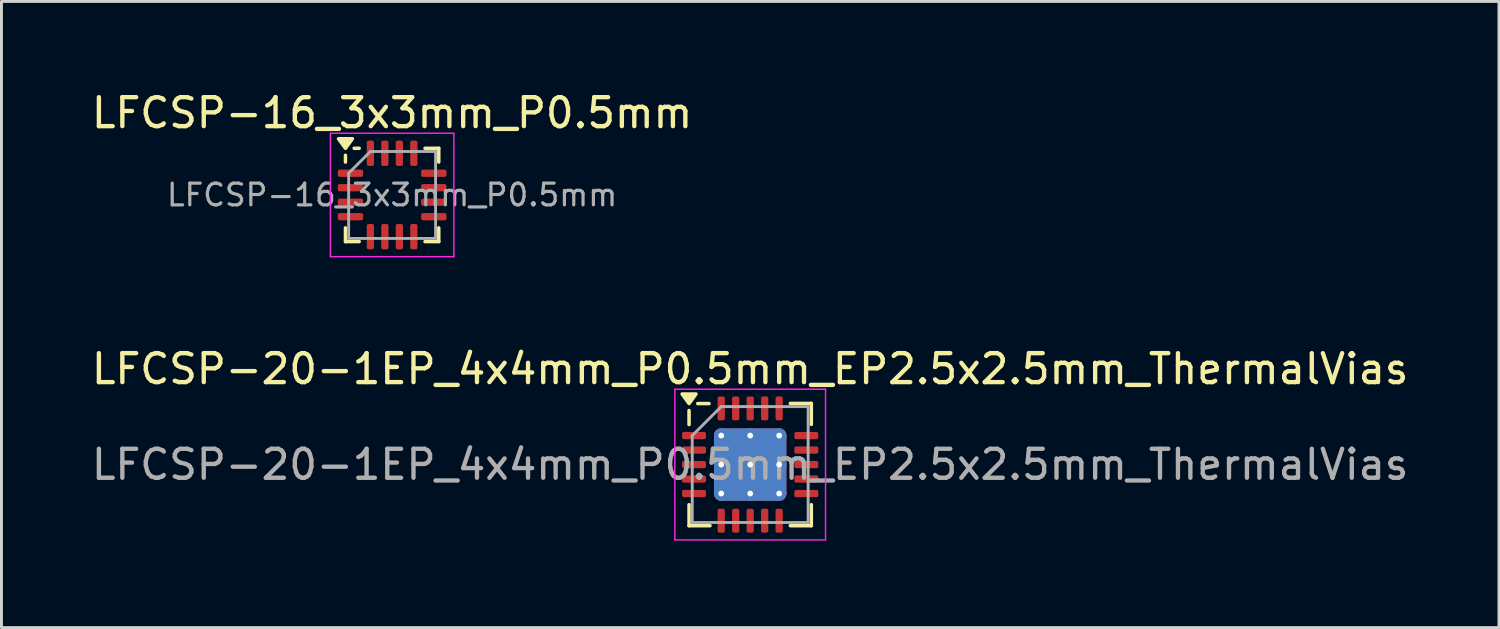
<source format=kicad_pcb>
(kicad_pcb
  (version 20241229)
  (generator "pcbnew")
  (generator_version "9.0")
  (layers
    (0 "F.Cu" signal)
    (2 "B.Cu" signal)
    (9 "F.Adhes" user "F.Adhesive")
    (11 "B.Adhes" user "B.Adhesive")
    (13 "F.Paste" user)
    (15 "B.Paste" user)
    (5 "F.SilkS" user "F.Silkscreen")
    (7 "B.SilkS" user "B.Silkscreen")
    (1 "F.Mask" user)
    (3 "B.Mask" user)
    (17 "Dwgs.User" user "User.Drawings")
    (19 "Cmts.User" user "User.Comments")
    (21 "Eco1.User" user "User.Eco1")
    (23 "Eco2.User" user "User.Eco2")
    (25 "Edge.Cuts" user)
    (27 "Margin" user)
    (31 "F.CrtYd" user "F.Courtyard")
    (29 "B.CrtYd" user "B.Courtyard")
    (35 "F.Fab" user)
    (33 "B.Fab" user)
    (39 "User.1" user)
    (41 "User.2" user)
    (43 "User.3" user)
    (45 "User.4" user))
  (footprint "LFCSP-20-1EP_4x4mm_P0.5mm_EP2.5x2.5mm_ThermalVias"
    (layer "F.Cu")
    (at 22.839 12.982)
    (property "Reference" "LFCSP-20-1EP_4x4mm_P0.5mm_EP2.5x2.5mm_ThermalVias" (at 0 -3.3 0) (layer "F.SilkS") (effects (font (size 1 1) (thickness 0.15))))
    (attr smd)
    (fp_line (start -2.11 -1.38) (end -2.11 -1.865) (stroke (width 0.12) (type solid)) (layer "F.SilkS"))
    (fp_line (start -2.11 2.11) (end -2.11 1.385) (stroke (width 0.12) (type solid)) (layer "F.SilkS"))
    (fp_line (start -1.42 -2.105) (end -1.81 -2.105) (stroke (width 0.12) (type solid)) (layer "F.SilkS"))
    (fp_line (start -1.385 2.11) (end -2.11 2.11) (stroke (width 0.12) (type solid)) (layer "F.SilkS"))
    (fp_line (start 1.385 -2.11) (end 2.11 -2.11) (stroke (width 0.12) (type solid)) (layer "F.SilkS"))
    (fp_line (start 1.385 2.11) (end 2.11 2.11) (stroke (width 0.12) (type solid)) (layer "F.SilkS"))
    (fp_line (start 2.11 -2.11) (end 2.11 -1.385) (stroke (width 0.12) (type solid)) (layer "F.SilkS"))
    (fp_line (start 2.11 2.11) (end 2.11 1.385) (stroke (width 0.12) (type solid)) (layer "F.SilkS"))
    (fp_poly (pts (xy -2.11 -2.105) (xy -2.35 -2.435) (xy -1.87 -2.435) (xy -2.11 -2.105)) (stroke (width 0.12) (type solid)) (fill yes) (layer "F.SilkS"))
    (fp_line (start -2.6 -2.6) (end -2.6 2.6) (stroke (width 0.05) (type solid)) (layer "F.CrtYd"))
    (fp_line (start -2.6 2.6) (end 2.6 2.6) (stroke (width 0.05) (type solid)) (layer "F.CrtYd"))
    (fp_line (start 2.6 -2.6) (end -2.6 -2.6) (stroke (width 0.05) (type solid)) (layer "F.CrtYd"))
    (fp_line (start 2.6 2.6) (end 2.6 -2.6) (stroke (width 0.05) (type solid)) (layer "F.CrtYd"))
    (fp_line (start -2 -1) (end -1 -2) (stroke (width 0.1) (type solid)) (layer "F.Fab"))
    (fp_line (start -2 2) (end -2 -1) (stroke (width 0.1) (type solid)) (layer "F.Fab"))
    (fp_line (start -1 -2) (end 2 -2) (stroke (width 0.1) (type solid)) (layer "F.Fab"))
    (fp_line (start 2 -2) (end 2 2) (stroke (width 0.1) (type solid)) (layer "F.Fab"))
    (fp_line (start 2 2) (end -2 2) (stroke (width 0.1) (type solid)) (layer "F.Fab"))
    (fp_text user "${REFERENCE}" (at 0 0 0) (layer "F.Fab") (effects (font (size 1 1) (thickness 0.15))))
    (pad "" smd roundrect (at -0.625 -0.625) (size 1.08 1.08) (layers "F.Paste") (roundrect_rratio 0.231))
    (pad "" smd roundrect (at -0.625 0.625) (size 1.08 1.08) (layers "F.Paste") (roundrect_rratio 0.231))
    (pad "" smd roundrect (at 0.625 -0.625) (size 1.08 1.08) (layers "F.Paste") (roundrect_rratio 0.231))
    (pad "" smd roundrect (at 0.625 0.625) (size 1.08 1.08) (layers "F.Paste") (roundrect_rratio 0.231))
    (pad "1" smd roundrect (at -1.938 -1) (size 0.825 0.25) (layers "F.Cu" "F.Mask" "F.Paste") (roundrect_rratio 0.25))
    (pad "2" smd roundrect (at -1.938 -0.5) (size 0.825 0.25) (layers "F.Cu" "F.Mask" "F.Paste") (roundrect_rratio 0.25))
    (pad "3" smd roundrect (at -1.938 0) (size 0.825 0.25) (layers "F.Cu" "F.Mask" "F.Paste") (roundrect_rratio 0.25))
    (pad "4" smd roundrect (at -1.938 0.5) (size 0.825 0.25) (layers "F.Cu" "F.Mask" "F.Paste") (roundrect_rratio 0.25))
    (pad "5" smd roundrect (at -1.938 1) (size 0.825 0.25) (layers "F.Cu" "F.Mask" "F.Paste") (roundrect_rratio 0.25))
    (pad "6" smd roundrect (at -1 1.938) (size 0.25 0.825) (layers "F.Cu" "F.Mask" "F.Paste") (roundrect_rratio 0.25))
    (pad "7" smd roundrect (at -0.5 1.938) (size 0.25 0.825) (layers "F.Cu" "F.Mask" "F.Paste") (roundrect_rratio 0.25))
    (pad "8" smd roundrect (at 0 1.938) (size 0.25 0.825) (layers "F.Cu" "F.Mask" "F.Paste") (roundrect_rratio 0.25))
    (pad "9" smd roundrect (at 0.5 1.938) (size 0.25 0.825) (layers "F.Cu" "F.Mask" "F.Paste") (roundrect_rratio 0.25))
    (pad "10" smd roundrect (at 1 1.938) (size 0.25 0.825) (layers "F.Cu" "F.Mask" "F.Paste") (roundrect_rratio 0.25))
    (pad "11" smd roundrect (at 1.938 1) (size 0.825 0.25) (layers "F.Cu" "F.Mask" "F.Paste") (roundrect_rratio 0.25))
    (pad "12" smd roundrect (at 1.938 0.5) (size 0.825 0.25) (layers "F.Cu" "F.Mask" "F.Paste") (roundrect_rratio 0.25))
    (pad "13" smd roundrect (at 1.938 0) (size 0.825 0.25) (layers "F.Cu" "F.Mask" "F.Paste") (roundrect_rratio 0.25))
    (pad "14" smd roundrect (at 1.938 -0.5) (size 0.825 0.25) (layers "F.Cu" "F.Mask" "F.Paste") (roundrect_rratio 0.25))
    (pad "15" smd roundrect (at 1.938 -1) (size 0.825 0.25) (layers "F.Cu" "F.Mask" "F.Paste") (roundrect_rratio 0.25))
    (pad "16" smd roundrect (at 1 -1.938) (size 0.25 0.825) (layers "F.Cu" "F.Mask" "F.Paste") (roundrect_rratio 0.25))
    (pad "17" smd roundrect (at 0.5 -1.938) (size 0.25 0.825) (layers "F.Cu" "F.Mask" "F.Paste") (roundrect_rratio 0.25))
    (pad "18" smd roundrect (at 0 -1.938) (size 0.25 0.825) (layers "F.Cu" "F.Mask" "F.Paste") (roundrect_rratio 0.25))
    (pad "19" smd roundrect (at -0.5 -1.938) (size 0.25 0.825) (layers "F.Cu" "F.Mask" "F.Paste") (roundrect_rratio 0.25))
    (pad "20" smd roundrect (at -1 -1.938) (size 0.25 0.825) (layers "F.Cu" "F.Mask" "F.Paste") (roundrect_rratio 0.25))
    (pad "21" thru_hole circle (at -1 -1) (size 0.5 0.5) (drill 0.2) (layers "*.Cu"))
    (pad "21" thru_hole circle (at -1 0) (size 0.5 0.5) (drill 0.2) (layers "*.Cu"))
    (pad "21" thru_hole circle (at -1 1) (size 0.5 0.5) (drill 0.2) (layers "*.Cu"))
    (pad "21" thru_hole circle (at 0 -1) (size 0.5 0.5) (drill 0.2) (layers "*.Cu"))
    (pad "21" thru_hole circle (at 0 0) (size 0.5 0.5) (drill 0.2) (layers "*.Cu"))
    (pad "21" smd roundrect (at 0 0) (size 2.5 2.5) (layers "F.Cu" "F.Mask") (roundrect_rratio 0.1))
    (pad "21" smd roundrect (at 0 0) (size 2.5 2.5) (layers "B.Cu") (roundrect_rratio 0.1))
    (pad "21" thru_hole circle (at 0 1) (size 0.5 0.5) (drill 0.2) (layers "*.Cu"))
    (pad "21" thru_hole circle (at 1 -1) (size 0.5 0.5) (drill 0.2) (layers "*.Cu"))
    (pad "21" thru_hole circle (at 1 0) (size 0.5 0.5) (drill 0.2) (layers "*.Cu"))
    (pad "21" thru_hole circle (at 1 1) (size 0.5 0.5) (drill 0.2) (layers "*.Cu")))
  (footprint "LFCSP-16_3x3mm_P0.5mm"
    (layer "F.Cu")
    (at 10.482 3.678)
    (property "Reference" "LFCSP-16_3x3mm_P0.5mm" (at 0 -2.83 0) (layer "F.SilkS") (effects (font (size 1 1) (thickness 0.15))))
    (attr smd)
    (fp_line (start -1.61 -1.135) (end -1.61 -1.37) (stroke (width 0.12) (type solid)) (layer "F.SilkS"))
    (fp_line (start -1.61 1.61) (end -1.61 1.135) (stroke (width 0.12) (type solid)) (layer "F.SilkS"))
    (fp_line (start -1.135 -1.61) (end -1.31 -1.61) (stroke (width 0.12) (type solid)) (layer "F.SilkS"))
    (fp_line (start -1.135 1.61) (end -1.61 1.61) (stroke (width 0.12) (type solid)) (layer "F.SilkS"))
    (fp_line (start 1.135 -1.61) (end 1.61 -1.61) (stroke (width 0.12) (type solid)) (layer "F.SilkS"))
    (fp_line (start 1.135 1.61) (end 1.61 1.61) (stroke (width 0.12) (type solid)) (layer "F.SilkS"))
    (fp_line (start 1.61 -1.61) (end 1.61 -1.135) (stroke (width 0.12) (type solid)) (layer "F.SilkS"))
    (fp_line (start 1.61 1.61) (end 1.61 1.135) (stroke (width 0.12) (type solid)) (layer "F.SilkS"))
    (fp_poly (pts (xy -1.61 -1.61) (xy -1.85 -1.94) (xy -1.37 -1.94) (xy -1.61 -1.61)) (stroke (width 0.12) (type solid)) (fill yes) (layer "F.SilkS"))
    (fp_line (start -2.13 -2.13) (end -2.13 2.13) (stroke (width 0.05) (type solid)) (layer "F.CrtYd"))
    (fp_line (start -2.13 2.13) (end 2.13 2.13) (stroke (width 0.05) (type solid)) (layer "F.CrtYd"))
    (fp_line (start 2.13 -2.13) (end -2.13 -2.13) (stroke (width 0.05) (type solid)) (layer "F.CrtYd"))
    (fp_line (start 2.13 2.13) (end 2.13 -2.13) (stroke (width 0.05) (type solid)) (layer "F.CrtYd"))
    (fp_line (start -1.5 -0.75) (end -0.75 -1.5) (stroke (width 0.1) (type solid)) (layer "F.Fab"))
    (fp_line (start -1.5 1.5) (end -1.5 -0.75) (stroke (width 0.1) (type solid)) (layer "F.Fab"))
    (fp_line (start -0.75 -1.5) (end 1.5 -1.5) (stroke (width 0.1) (type solid)) (layer "F.Fab"))
    (fp_line (start 1.5 -1.5) (end 1.5 1.5) (stroke (width 0.1) (type solid)) (layer "F.Fab"))
    (fp_line (start 1.5 1.5) (end -1.5 1.5) (stroke (width 0.1) (type solid)) (layer "F.Fab"))
    (fp_text user "${REFERENCE}" (at 0 0 0) (layer "F.Fab") (effects (font (size 0.75 0.75) (thickness 0.11))))
    (pad "1" smd roundrect (at -1.438 -0.75) (size 0.875 0.25) (layers "F.Cu" "F.Mask" "F.Paste") (roundrect_rratio 0.25))
    (pad "2" smd roundrect (at -1.438 -0.25) (size 0.875 0.25) (layers "F.Cu" "F.Mask" "F.Paste") (roundrect_rratio 0.25))
    (pad "3" smd roundrect (at -1.438 0.25) (size 0.875 0.25) (layers "F.Cu" "F.Mask" "F.Paste") (roundrect_rratio 0.25))
    (pad "4" smd roundrect (at -1.438 0.75) (size 0.875 0.25) (layers "F.Cu" "F.Mask" "F.Paste") (roundrect_rratio 0.25))
    (pad "5" smd roundrect (at -0.75 1.438) (size 0.25 0.875) (layers "F.Cu" "F.Mask" "F.Paste") (roundrect_rratio 0.25))
    (pad "6" smd roundrect (at -0.25 1.438) (size 0.25 0.875) (layers "F.Cu" "F.Mask" "F.Paste") (roundrect_rratio 0.25))
    (pad "7" smd roundrect (at 0.25 1.438) (size 0.25 0.875) (layers "F.Cu" "F.Mask" "F.Paste") (roundrect_rratio 0.25))
    (pad "8" smd roundrect (at 0.75 1.438) (size 0.25 0.875) (layers "F.Cu" "F.Mask" "F.Paste") (roundrect_rratio 0.25))
    (pad "9" smd roundrect (at 1.438 0.75) (size 0.875 0.25) (layers "F.Cu" "F.Mask" "F.Paste") (roundrect_rratio 0.25))
    (pad "10" smd roundrect (at 1.438 0.25) (size 0.875 0.25) (layers "F.Cu" "F.Mask" "F.Paste") (roundrect_rratio 0.25))
    (pad "11" smd roundrect (at 1.438 -0.25) (size 0.875 0.25) (layers "F.Cu" "F.Mask" "F.Paste") (roundrect_rratio 0.25))
    (pad "12" smd roundrect (at 1.438 -0.75) (size 0.875 0.25) (layers "F.Cu" "F.Mask" "F.Paste") (roundrect_rratio 0.25))
    (pad "13" smd roundrect (at 0.75 -1.438) (size 0.25 0.875) (layers "F.Cu" "F.Mask" "F.Paste") (roundrect_rratio 0.25))
    (pad "14" smd roundrect (at 0.25 -1.438) (size 0.25 0.875) (layers "F.Cu" "F.Mask" "F.Paste") (roundrect_rratio 0.25))
    (pad "15" smd roundrect (at -0.25 -1.438) (size 0.25 0.875) (layers "F.Cu" "F.Mask" "F.Paste") (roundrect_rratio 0.25))
    (pad "16" smd roundrect (at -0.75 -1.438) (size 0.25 0.875) (layers "F.Cu" "F.Mask" "F.Paste") (roundrect_rratio 0.25)))
  (gr_rect
    (start -3 -3)
    (end 48.679 18.607)
    (stroke (width 0.1) (type default))
    (fill no)
    (layer "Edge.Cuts")))
</source>
